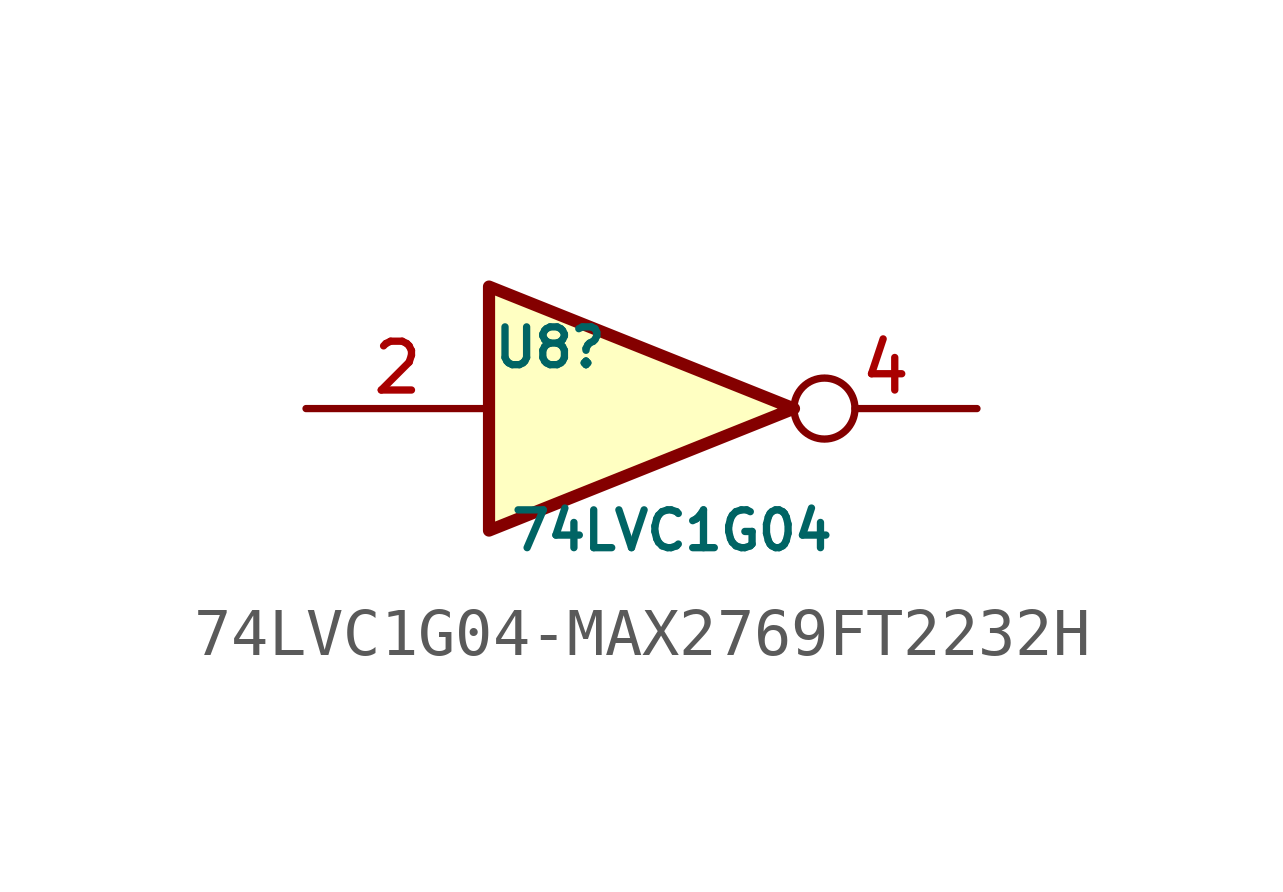
<source format=kicad_sym>
(kicad_symbol_lib
  (version 20220914)
  (generator kicad_symbol_editor)
  (symbol "74LVC1G04-MAX2769FT2232H"
    (pin_names
      (offset 1.016))
    (property "Reference" "U8"
      (at -2.54 1.27 0)
      (effects (font (size 0.787 0.787))))
    (property "Value" "74LVC1G04"
      (at 0 -2.54 0)
      (effects (font (size 0.787 0.787))))
    (symbol "74LVC1G04-MAX2769FT2232H_0_1"
      (polyline (pts (xy -3.81 2.54) (xy -3.81 -2.54) (xy 2.54 0) (xy -3.81 2.54)) (stroke (width 0.254) (type solid)) (fill (type background))))
    (symbol "74LVC1G04-MAX2769FT2232H_1_0"
      (pin no_connect line (at -1.27 1.27 90) (length 2.54) hide (name "NC" (effects (font (size 1.27 1.27)))) (number "1" (effects (font (size 1.27 1.27))))))
    (symbol "74LVC1G04-MAX2769FT2232H_1_1"
      (pin input line (at -7.62 0 0) (length 3.81) (name "~" (effects (font (size 1.016 1.016)))) (number "2" (effects (font (size 1.016 1.016)))))
      (pin power_in line (at 0 -1.27 270) (length 0) hide (name "GND" (effects (font (size 1.016 1.016)))) (number "3" (effects (font (size 1.016 1.016)))))
      (pin output inverted (at 6.35 0 180) (length 3.81) (name "~" (effects (font (size 1.016 1.016)))) (number "4" (effects (font (size 1.016 1.016)))))
      (pin power_in line (at 0 1.27 90) (length 0) hide (name "VCC" (effects (font (size 1.016 1.016)))) (number "5" (effects (font (size 1.016 1.016))))))))
</source>
